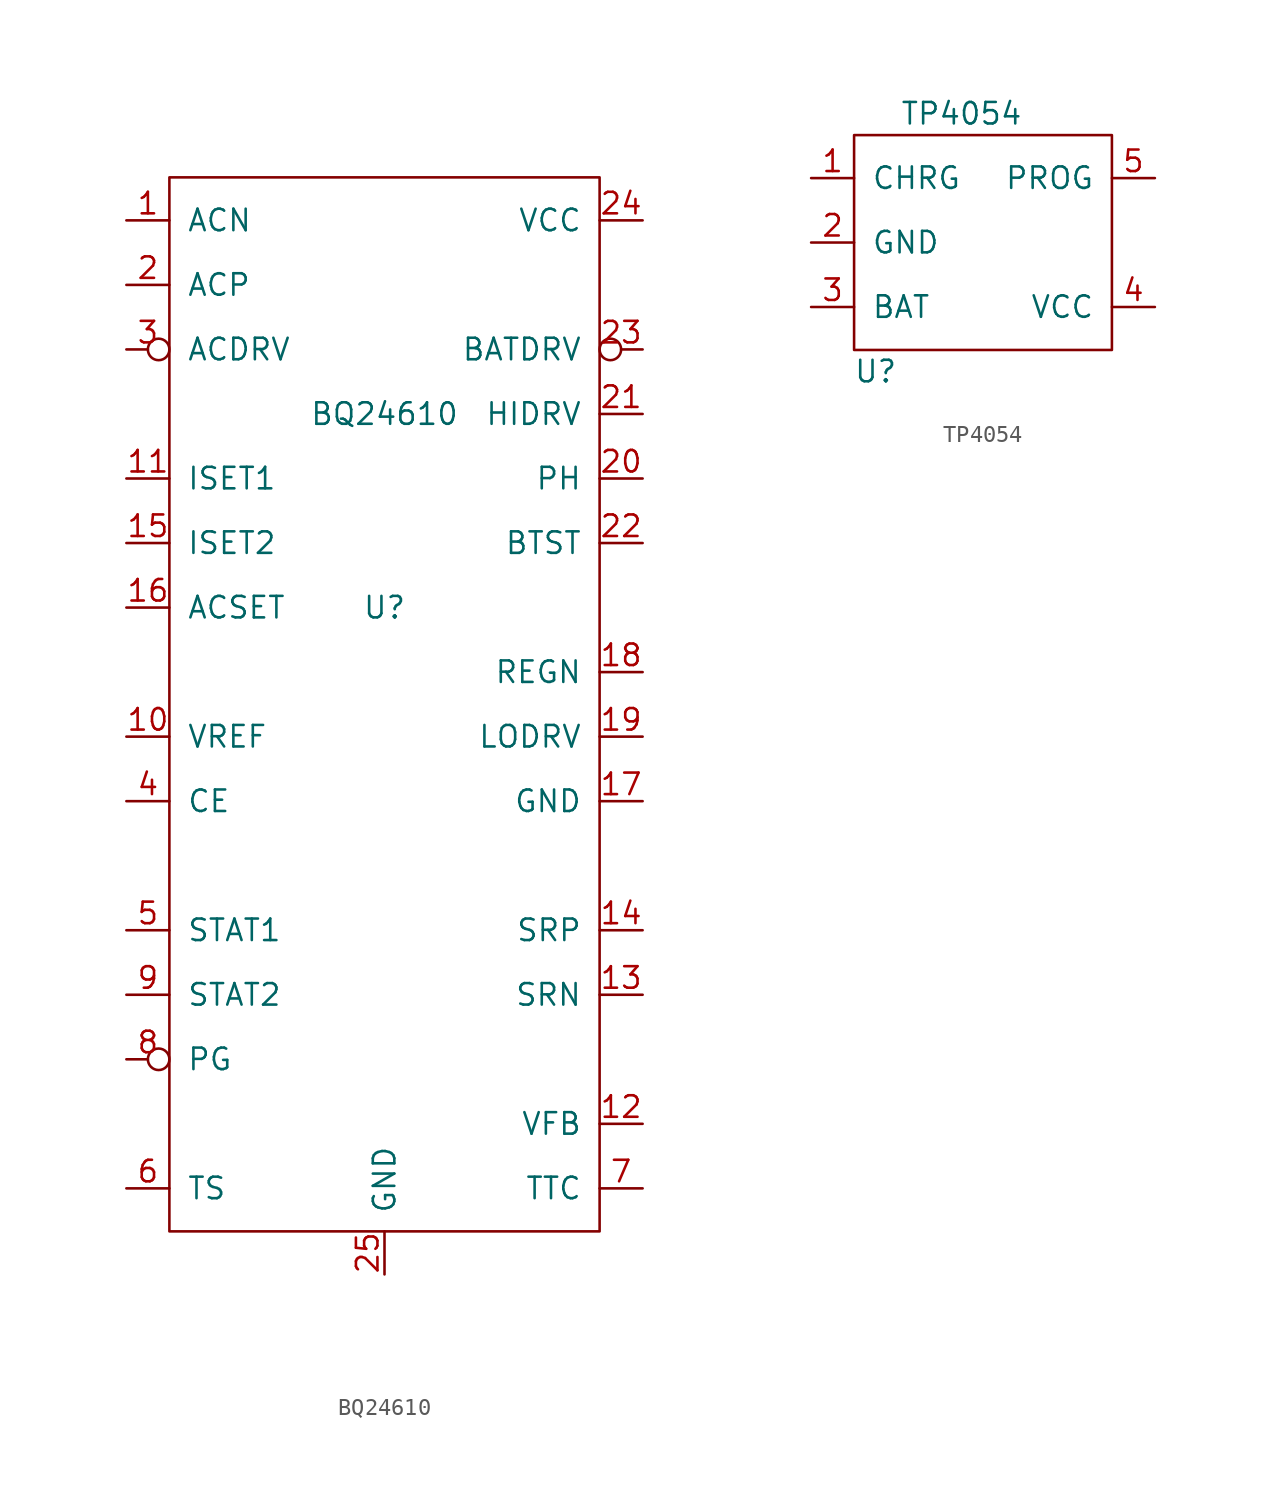
<source format=kicad_sym>
(kicad_symbol_lib
  (version 20231120)
  (generator "kicad_symbol_editor")
  (generator_version "8.0")
  (symbol "BQ24610"
    (pin_names
      (offset 1.016))
    (property "Reference" "U"
      (at 0 0 0)
      (effects (font (size 1.27 1.27))))
    (property "Value" "BQ24610"
      (at 0 11.43 0)
      (effects (font (size 1.27 1.27))))
    (symbol "BQ24610_0_1"
      (rectangle (start -12.7 25.4) (end 12.7 -36.83) (stroke (width 0) (type solid)) (fill (type none))))
    (symbol "BQ24610_1_1"
      (pin input line (at -15.24 22.86 0) (length 2.54) (name "ACN" (effects (font (size 1.27 1.27)))) (number "1" (effects (font (size 1.27 1.27)))))
      (pin output line (at -15.24 -7.62 0) (length 2.54) (name "VREF" (effects (font (size 1.27 1.27)))) (number "10" (effects (font (size 1.27 1.27)))))
      (pin output line (at -15.24 7.62 0) (length 2.54) (name "ISET1" (effects (font (size 1.27 1.27)))) (number "11" (effects (font (size 1.27 1.27)))))
      (pin output line (at 15.24 -30.48 180) (length 2.54) (name "VFB" (effects (font (size 1.27 1.27)))) (number "12" (effects (font (size 1.27 1.27)))))
      (pin input line (at 15.24 -22.86 180) (length 2.54) (name "SRN" (effects (font (size 1.27 1.27)))) (number "13" (effects (font (size 1.27 1.27)))))
      (pin input line (at 15.24 -19.05 180) (length 2.54) (name "SRP" (effects (font (size 1.27 1.27)))) (number "14" (effects (font (size 1.27 1.27)))))
      (pin input line (at -15.24 3.81 0) (length 2.54) (name "ISET2" (effects (font (size 1.27 1.27)))) (number "15" (effects (font (size 1.27 1.27)))))
      (pin input line (at -15.24 0 0) (length 2.54) (name "ACSET" (effects (font (size 1.27 1.27)))) (number "16" (effects (font (size 1.27 1.27)))))
      (pin input line (at 15.24 -11.43 180) (length 2.54) (name "GND" (effects (font (size 1.27 1.27)))) (number "17" (effects (font (size 1.27 1.27)))))
      (pin output line (at 15.24 -3.81 180) (length 2.54) (name "REGN" (effects (font (size 1.27 1.27)))) (number "18" (effects (font (size 1.27 1.27)))))
      (pin output line (at 15.24 -7.62 180) (length 2.54) (name "LODRV" (effects (font (size 1.27 1.27)))) (number "19" (effects (font (size 1.27 1.27)))))
      (pin input line (at -15.24 19.05 0) (length 2.54) (name "ACP" (effects (font (size 1.27 1.27)))) (number "2" (effects (font (size 1.27 1.27)))))
      (pin output line (at 15.24 7.62 180) (length 2.54) (name "PH" (effects (font (size 1.27 1.27)))) (number "20" (effects (font (size 1.27 1.27)))))
      (pin output line (at 15.24 11.43 180) (length 2.54) (name "HIDRV" (effects (font (size 1.27 1.27)))) (number "21" (effects (font (size 1.27 1.27)))))
      (pin output line (at 15.24 3.81 180) (length 2.54) (name "BTST" (effects (font (size 1.27 1.27)))) (number "22" (effects (font (size 1.27 1.27)))))
      (pin output inverted (at 15.24 15.24 180) (length 2.54) (name "BATDRV" (effects (font (size 1.27 1.27)))) (number "23" (effects (font (size 1.27 1.27)))))
      (pin input line (at 15.24 22.86 180) (length 2.54) (name "VCC" (effects (font (size 1.27 1.27)))) (number "24" (effects (font (size 1.27 1.27)))))
      (pin input line (at 0 -39.37 90) (length 2.54) (name "GND" (effects (font (size 1.27 1.27)))) (number "25" (effects (font (size 1.27 1.27)))))
      (pin output inverted (at -15.24 15.24 0) (length 2.54) (name "ACDRV" (effects (font (size 1.27 1.27)))) (number "3" (effects (font (size 1.27 1.27)))))
      (pin input line (at -15.24 -11.43 0) (length 2.54) (name "CE" (effects (font (size 1.27 1.27)))) (number "4" (effects (font (size 1.27 1.27)))))
      (pin output line (at -15.24 -19.05 0) (length 2.54) (name "STAT1" (effects (font (size 1.27 1.27)))) (number "5" (effects (font (size 1.27 1.27)))))
      (pin input line (at -15.24 -34.29 0) (length 2.54) (name "TS" (effects (font (size 1.27 1.27)))) (number "6" (effects (font (size 1.27 1.27)))))
      (pin input line (at 15.24 -34.29 180) (length 2.54) (name "TTC" (effects (font (size 1.27 1.27)))) (number "7" (effects (font (size 1.27 1.27)))))
      (pin output inverted (at -15.24 -26.67 0) (length 2.54) (name "PG" (effects (font (size 1.27 1.27)))) (number "8" (effects (font (size 1.27 1.27)))))
      (pin output line (at -15.24 -22.86 0) (length 2.54) (name "STAT2" (effects (font (size 1.27 1.27)))) (number "9" (effects (font (size 1.27 1.27)))))))
  (symbol "TP4054"
    (pin_names
      (offset 1.016))
    (property "Reference" "U"
      (at -6.35 -7.62 0)
      (effects (font (size 1.27 1.27))))
    (property "Value" "TP4054"
      (at -1.27 7.62 0)
      (effects (font (size 1.27 1.27))))
    (symbol "TP4054_0_1"
      (rectangle (start 7.62 6.35) (end -7.62 -6.35) (stroke (width 0) (type solid)) (fill (type none))))
    (symbol "TP4054_1_1"
      (pin input line (at -10.16 3.81 0) (length 2.54) (name "CHRG" (effects (font (size 1.27 1.27)))) (number "1" (effects (font (size 1.27 1.27)))))
      (pin input line (at -10.16 0 0) (length 2.54) (name "GND" (effects (font (size 1.27 1.27)))) (number "2" (effects (font (size 1.27 1.27)))))
      (pin input line (at -10.16 -3.81 0) (length 2.54) (name "BAT" (effects (font (size 1.27 1.27)))) (number "3" (effects (font (size 1.27 1.27)))))
      (pin input line (at 10.16 -3.81 180) (length 2.54) (name "VCC" (effects (font (size 1.27 1.27)))) (number "4" (effects (font (size 1.27 1.27)))))
      (pin input line (at 10.16 3.81 180) (length 2.54) (name "PROG" (effects (font (size 1.27 1.27)))) (number "5" (effects (font (size 1.27 1.27))))))))
</source>
